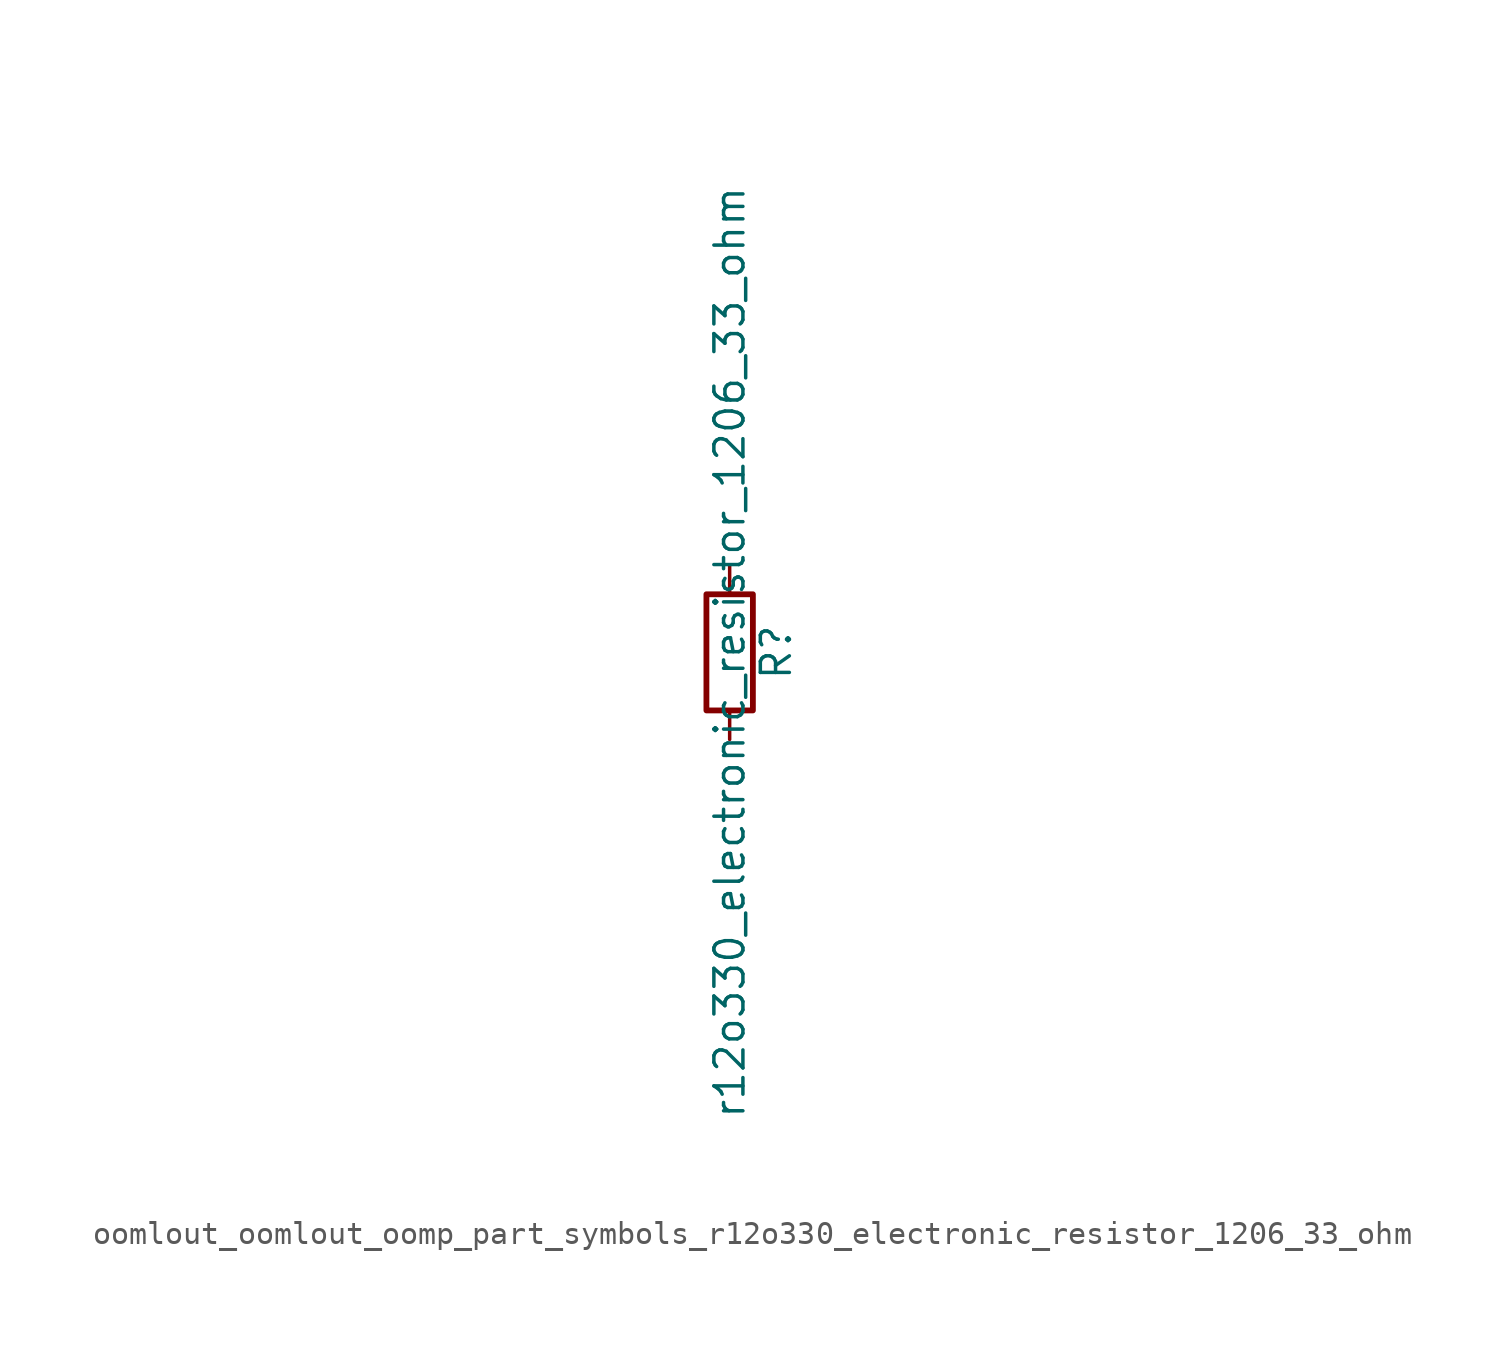
<source format=kicad_sym>
(kicad_symbol_lib
  (version 20220914)
  (generator kicad_symbol_editor)
  (symbol "oomlout_oomlout_oomp_part_symbols_r12o330_electronic_resistor_1206_33_ohm"
    (pin_numbers hide)
    (pin_names
      (offset 0))
    (property "Reference" "R"
      (at 2.032 0 90)
      (effects (font (size 1.27 1.27))))
    (property "Value" "r12o330_electronic_resistor_1206_33_ohm"
      (at 0 0 90)
      (effects (font (size 1.27 1.27))))
    (symbol "oomlout_oomlout_oomp_part_symbols_r12o330_electronic_resistor_1206_33_ohm_0_1"
      (rectangle (start -1.016 -2.54) (end 1.016 2.54) (stroke (width 0.254) (type default)) (fill (type none))))
    (symbol "oomlout_oomlout_oomp_part_symbols_r12o330_electronic_resistor_1206_33_ohm_1_1"
      (pin passive line (at 0 3.81 270) (length 1.27) (name "~" (effects (font (size 1.27 1.27)))) (number "1" (effects (font (size 1.27 1.27)))))
      (pin passive line (at 0 -3.81 90) (length 1.27) (name "~" (effects (font (size 1.27 1.27)))) (number "2" (effects (font (size 1.27 1.27))))))))
</source>
